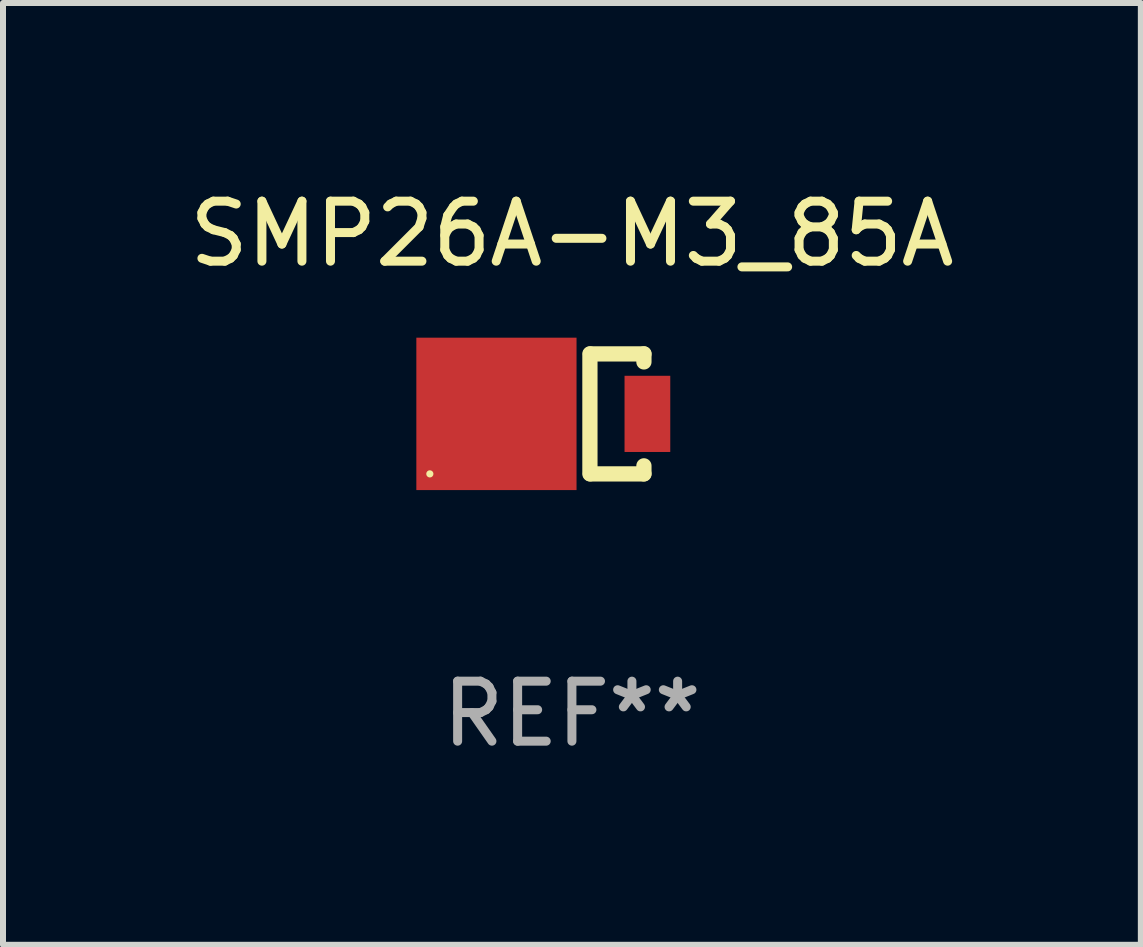
<source format=kicad_pcb>
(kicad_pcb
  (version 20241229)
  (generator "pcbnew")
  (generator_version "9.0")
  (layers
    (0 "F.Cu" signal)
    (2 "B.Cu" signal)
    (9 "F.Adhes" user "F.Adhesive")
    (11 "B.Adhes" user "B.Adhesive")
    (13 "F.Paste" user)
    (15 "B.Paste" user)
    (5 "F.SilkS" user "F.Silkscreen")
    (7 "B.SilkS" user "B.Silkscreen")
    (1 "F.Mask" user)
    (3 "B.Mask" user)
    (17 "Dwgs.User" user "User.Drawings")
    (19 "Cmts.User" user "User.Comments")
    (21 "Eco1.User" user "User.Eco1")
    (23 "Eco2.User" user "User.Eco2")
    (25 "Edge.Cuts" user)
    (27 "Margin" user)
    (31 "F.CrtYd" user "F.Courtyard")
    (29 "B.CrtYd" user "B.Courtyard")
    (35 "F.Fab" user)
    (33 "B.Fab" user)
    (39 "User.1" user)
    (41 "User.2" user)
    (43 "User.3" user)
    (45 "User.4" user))
  (footprint "SMP26A-M3_85A"
    (layer "F.Cu")
    (at 6.482 3.848)
    (property "Reference" "SMP26A-M3_85A" (at 0 -3 0) (layer "F.SilkS") (effects (font (size 1 1) (thickness 0.15))))
    (attr through_hole)
    (fp_line (start 0.3 -1) (end 0.3 1) (stroke (width 0.254) (type solid)) (layer "F.SilkS"))
    (fp_line (start 1.2 -1) (end 0.308 -1) (stroke (width 0.254) (type solid)) (layer "F.SilkS"))
    (fp_line (start 1.2 -1) (end 1.2 -0.866) (stroke (width 0.254) (type solid)) (layer "F.SilkS"))
    (fp_line (start 1.2 1) (end 0.308 1) (stroke (width 0.254) (type solid)) (layer "F.SilkS"))
    (fp_line (start 1.2 1) (end 1.2 0.866) (stroke (width 0.254) (type solid)) (layer "F.SilkS"))
    (fp_circle (center -2.368 1) (end -2.338 1) (stroke (width 0.06) (type solid)) (fill no) (layer "F.SilkS"))
    (fp_text user "REF**" (at 0 5 0) (layer "F.Fab") (effects (font (size 1 1) (thickness 0.15))))
    (pad "1" smd rect (at -1.258 0) (size 2.67 2.54) (layers "F.Cu" "F.Mask" "F.Paste"))
    (pad "2" smd rect (at 1.258 0) (size 0.762 1.27) (layers "F.Cu" "F.Mask" "F.Paste")))
  (gr_rect
    (start -3 -3)
    (end 15.964 12.697)
    (stroke (width 0.1) (type default))
    (fill no)
    (layer "Edge.Cuts")))
</source>
